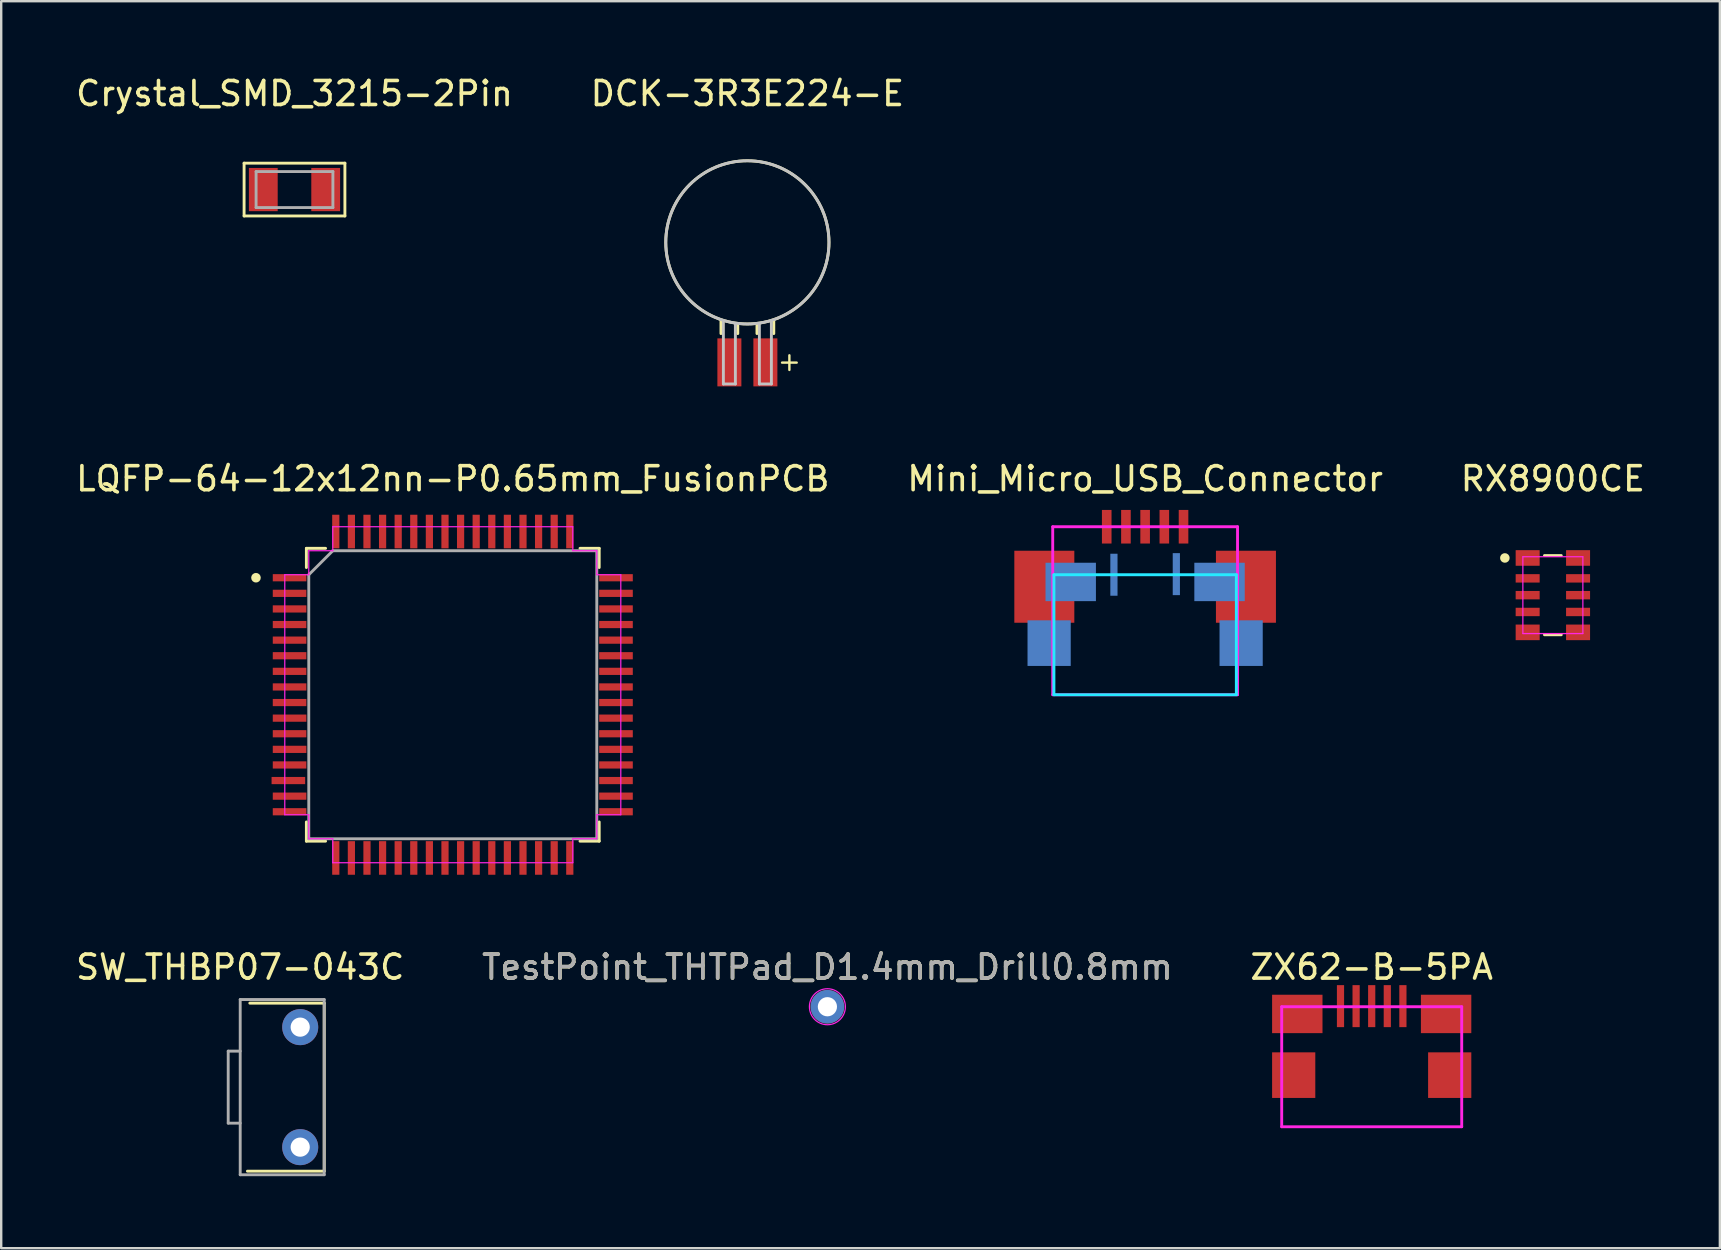
<source format=kicad_pcb>
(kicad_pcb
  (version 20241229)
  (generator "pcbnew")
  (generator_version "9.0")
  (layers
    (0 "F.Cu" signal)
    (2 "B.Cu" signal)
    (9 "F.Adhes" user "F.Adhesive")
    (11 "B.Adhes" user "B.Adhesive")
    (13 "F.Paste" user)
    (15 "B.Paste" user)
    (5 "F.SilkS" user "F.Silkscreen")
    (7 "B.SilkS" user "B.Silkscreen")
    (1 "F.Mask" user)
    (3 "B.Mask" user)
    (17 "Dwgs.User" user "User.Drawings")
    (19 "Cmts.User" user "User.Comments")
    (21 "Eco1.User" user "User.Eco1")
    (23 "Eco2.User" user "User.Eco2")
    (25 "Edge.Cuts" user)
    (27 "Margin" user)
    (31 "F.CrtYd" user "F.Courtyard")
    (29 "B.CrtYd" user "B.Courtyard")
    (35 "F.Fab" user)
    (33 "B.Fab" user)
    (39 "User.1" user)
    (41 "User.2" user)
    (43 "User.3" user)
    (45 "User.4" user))
  (footprint "LQFP-64-12x12nn-P0.65mm_FusionPCB"
    (layer "F.Cu")
    (at 15.815 25.896)
    (property "Reference" "LQFP-64-12x12nn-P0.65mm_FusionPCB" (at 0 -9 0) (layer "F.SilkS") (effects (font (size 1 1) (thickness 0.15))))
    (attr through_hole)
    (fp_line (start -6.1 -6.1) (end -6.1 -5.3) (stroke (width 0.12) (type solid)) (layer "F.SilkS"))
    (fp_line (start -6.1 5.3) (end -6.1 6.1) (stroke (width 0.12) (type solid)) (layer "F.SilkS"))
    (fp_line (start -6.1 6.1) (end -5.3 6.1) (stroke (width 0.12) (type solid)) (layer "F.SilkS"))
    (fp_line (start -5.3 -6.1) (end -6.1 -6.1) (stroke (width 0.12) (type solid)) (layer "F.SilkS"))
    (fp_line (start 5.3 6.1) (end 6.1 6.1) (stroke (width 0.12) (type solid)) (layer "F.SilkS"))
    (fp_line (start 6.1 -6.1) (end 5.3 -6.1) (stroke (width 0.12) (type solid)) (layer "F.SilkS"))
    (fp_line (start 6.1 -5.3) (end 6.1 -6.1) (stroke (width 0.12) (type solid)) (layer "F.SilkS"))
    (fp_line (start 6.1 6.1) (end 6.1 5.3) (stroke (width 0.12) (type solid)) (layer "F.SilkS"))
    (fp_circle (center -8.2 -4.875) (end -8.1 -4.875) (stroke (width 0.2) (type solid)) (fill no) (layer "F.SilkS"))
    (fp_line (start -7 -5) (end -7 5) (stroke (width 0.05) (type solid)) (layer "F.CrtYd"))
    (fp_line (start -7 5) (end -6 5) (stroke (width 0.05) (type solid)) (layer "F.CrtYd"))
    (fp_line (start -6 -6) (end -6 -5) (stroke (width 0.05) (type solid)) (layer "F.CrtYd"))
    (fp_line (start -6 -5) (end -7 -5) (stroke (width 0.05) (type solid)) (layer "F.CrtYd"))
    (fp_line (start -6 5) (end -6 6) (stroke (width 0.05) (type solid)) (layer "F.CrtYd"))
    (fp_line (start -6 6) (end -5 6) (stroke (width 0.05) (type solid)) (layer "F.CrtYd"))
    (fp_line (start -5 -7) (end -5 -6) (stroke (width 0.05) (type solid)) (layer "F.CrtYd"))
    (fp_line (start -5 -6) (end -6 -6) (stroke (width 0.05) (type solid)) (layer "F.CrtYd"))
    (fp_line (start -5 6) (end -5 7) (stroke (width 0.05) (type solid)) (layer "F.CrtYd"))
    (fp_line (start -5 7) (end 5 7) (stroke (width 0.05) (type solid)) (layer "F.CrtYd"))
    (fp_line (start 5 -7) (end -5 -7) (stroke (width 0.05) (type solid)) (layer "F.CrtYd"))
    (fp_line (start 5 -6) (end 5 -7) (stroke (width 0.05) (type solid)) (layer "F.CrtYd"))
    (fp_line (start 5 6) (end 6 6) (stroke (width 0.05) (type solid)) (layer "F.CrtYd"))
    (fp_line (start 5 7) (end 5 6) (stroke (width 0.05) (type solid)) (layer "F.CrtYd"))
    (fp_line (start 6 -6) (end 5 -6) (stroke (width 0.05) (type solid)) (layer "F.CrtYd"))
    (fp_line (start 6 -5) (end 6 -6) (stroke (width 0.05) (type solid)) (layer "F.CrtYd"))
    (fp_line (start 6 5) (end 7 5) (stroke (width 0.05) (type solid)) (layer "F.CrtYd"))
    (fp_line (start 6 6) (end 6 5) (stroke (width 0.05) (type solid)) (layer "F.CrtYd"))
    (fp_line (start 7 -5) (end 6 -5) (stroke (width 0.05) (type solid)) (layer "F.CrtYd"))
    (fp_line (start 7 5) (end 7 -5) (stroke (width 0.05) (type solid)) (layer "F.CrtYd"))
    (fp_line (start -6 -5) (end -6 6) (stroke (width 0.12) (type solid)) (layer "F.Fab"))
    (fp_line (start -6 6) (end 6 6) (stroke (width 0.12) (type solid)) (layer "F.Fab"))
    (fp_line (start -5 -6) (end -6 -5) (stroke (width 0.12) (type solid)) (layer "F.Fab"))
    (fp_line (start 6 -6) (end -5 -6) (stroke (width 0.12) (type solid)) (layer "F.Fab"))
    (fp_line (start 6 6) (end 6 -6) (stroke (width 0.12) (type solid)) (layer "F.Fab"))
    (pad "1" smd rect (at -6.8 -4.875) (size 1.4 0.3) (layers "F.Cu" "F.Mask" "F.Paste"))
    (pad "2" smd rect (at -6.8 -4.225) (size 1.4 0.3) (layers "F.Cu" "F.Mask" "F.Paste"))
    (pad "3" smd rect (at -6.8 -3.575) (size 1.4 0.3) (layers "F.Cu" "F.Mask" "F.Paste"))
    (pad "4" smd rect (at -6.8 -2.925) (size 1.4 0.3) (layers "F.Cu" "F.Mask" "F.Paste"))
    (pad "5" smd rect (at -6.8 -2.275) (size 1.4 0.3) (layers "F.Cu" "F.Mask" "F.Paste"))
    (pad "6" smd rect (at -6.8 -1.625) (size 1.4 0.3) (layers "F.Cu" "F.Mask" "F.Paste"))
    (pad "7" smd rect (at -6.8 -0.975) (size 1.4 0.3) (layers "F.Cu" "F.Mask" "F.Paste"))
    (pad "8" smd rect (at -6.8 -0.325) (size 1.4 0.3) (layers "F.Cu" "F.Mask" "F.Paste"))
    (pad "9" smd rect (at -6.8 0.325) (size 1.4 0.3) (layers "F.Cu" "F.Mask" "F.Paste"))
    (pad "10" smd rect (at -6.8 0.975) (size 1.4 0.3) (layers "F.Cu" "F.Mask" "F.Paste"))
    (pad "11" smd rect (at -6.8 1.625) (size 1.4 0.3) (layers "F.Cu" "F.Mask" "F.Paste"))
    (pad "12" smd rect (at -6.8 2.275) (size 1.4 0.3) (layers "F.Cu" "F.Mask" "F.Paste"))
    (pad "13" smd rect (at -6.8 2.925) (size 1.4 0.3) (layers "F.Cu" "F.Mask" "F.Paste"))
    (pad "14" smd rect (at -6.85 3.575) (size 1.4 0.3) (layers "F.Cu" "F.Mask" "F.Paste"))
    (pad "15" smd rect (at -6.8 4.225) (size 1.4 0.3) (layers "F.Cu" "F.Mask" "F.Paste"))
    (pad "16" smd rect (at -6.8 4.875) (size 1.4 0.3) (layers "F.Cu" "F.Mask" "F.Paste"))
    (pad "17" smd rect (at -4.875 6.8) (size 0.3 1.4) (layers "F.Cu" "F.Mask" "F.Paste"))
    (pad "18" smd rect (at -4.225 6.8) (size 0.3 1.4) (layers "F.Cu" "F.Mask" "F.Paste"))
    (pad "19" smd rect (at -3.575 6.8) (size 0.3 1.4) (layers "F.Cu" "F.Mask" "F.Paste"))
    (pad "20" smd rect (at -2.925 6.8) (size 0.3 1.4) (layers "F.Cu" "F.Mask" "F.Paste"))
    (pad "21" smd rect (at -2.275 6.8) (size 0.3 1.4) (layers "F.Cu" "F.Mask" "F.Paste"))
    (pad "22" smd rect (at -1.625 6.8) (size 0.3 1.4) (layers "F.Cu" "F.Mask" "F.Paste"))
    (pad "23" smd rect (at -0.975 6.8) (size 0.3 1.4) (layers "F.Cu" "F.Mask" "F.Paste"))
    (pad "24" smd rect (at -0.325 6.8) (size 0.3 1.4) (layers "F.Cu" "F.Mask" "F.Paste"))
    (pad "25" smd rect (at 0.325 6.8) (size 0.3 1.4) (layers "F.Cu" "F.Mask" "F.Paste"))
    (pad "26" smd rect (at 0.975 6.8) (size 0.3 1.4) (layers "F.Cu" "F.Mask" "F.Paste"))
    (pad "27" smd rect (at 1.625 6.8) (size 0.3 1.4) (layers "F.Cu" "F.Mask" "F.Paste"))
    (pad "28" smd rect (at 2.275 6.8) (size 0.3 1.4) (layers "F.Cu" "F.Mask" "F.Paste"))
    (pad "29" smd rect (at 2.925 6.8) (size 0.3 1.4) (layers "F.Cu" "F.Mask" "F.Paste"))
    (pad "30" smd rect (at 3.575 6.8) (size 0.3 1.4) (layers "F.Cu" "F.Mask" "F.Paste"))
    (pad "31" smd rect (at 4.225 6.8) (size 0.3 1.4) (layers "F.Cu" "F.Mask" "F.Paste"))
    (pad "32" smd rect (at 4.875 6.8) (size 0.3 1.4) (layers "F.Cu" "F.Mask" "F.Paste"))
    (pad "33" smd rect (at 6.8 4.875) (size 1.4 0.3) (layers "F.Cu" "F.Mask" "F.Paste"))
    (pad "34" smd rect (at 6.8 4.225) (size 1.4 0.3) (layers "F.Cu" "F.Mask" "F.Paste"))
    (pad "35" smd rect (at 6.8 3.575) (size 1.4 0.3) (layers "F.Cu" "F.Mask" "F.Paste"))
    (pad "36" smd rect (at 6.8 2.925) (size 1.4 0.3) (layers "F.Cu" "F.Mask" "F.Paste"))
    (pad "37" smd rect (at 6.8 2.275) (size 1.4 0.3) (layers "F.Cu" "F.Mask" "F.Paste"))
    (pad "38" smd rect (at 6.8 1.625) (size 1.4 0.3) (layers "F.Cu" "F.Mask" "F.Paste"))
    (pad "39" smd rect (at 6.8 0.975) (size 1.4 0.3) (layers "F.Cu" "F.Mask" "F.Paste"))
    (pad "40" smd rect (at 6.8 0.325) (size 1.4 0.3) (layers "F.Cu" "F.Mask" "F.Paste"))
    (pad "41" smd rect (at 6.8 -0.325) (size 1.4 0.3) (layers "F.Cu" "F.Mask" "F.Paste"))
    (pad "42" smd rect (at 6.8 -0.975) (size 1.4 0.3) (layers "F.Cu" "F.Mask" "F.Paste"))
    (pad "43" smd rect (at 6.8 -1.625) (size 1.4 0.3) (layers "F.Cu" "F.Mask" "F.Paste"))
    (pad "44" smd rect (at 6.8 -2.275) (size 1.4 0.3) (layers "F.Cu" "F.Mask" "F.Paste"))
    (pad "45" smd rect (at 6.8 -2.925) (size 1.4 0.3) (layers "F.Cu" "F.Mask" "F.Paste"))
    (pad "46" smd rect (at 6.8 -3.575) (size 1.4 0.3) (layers "F.Cu" "F.Mask" "F.Paste"))
    (pad "47" smd rect (at 6.8 -4.225) (size 1.4 0.3) (layers "F.Cu" "F.Mask" "F.Paste"))
    (pad "48" smd rect (at 6.8 -4.875) (size 1.4 0.3) (layers "F.Cu" "F.Mask" "F.Paste"))
    (pad "49" smd rect (at 4.875 -6.8) (size 0.3 1.4) (layers "F.Cu" "F.Mask" "F.Paste"))
    (pad "50" smd rect (at 4.225 -6.8) (size 0.3 1.4) (layers "F.Cu" "F.Mask" "F.Paste"))
    (pad "51" smd rect (at 3.575 -6.8) (size 0.3 1.4) (layers "F.Cu" "F.Mask" "F.Paste"))
    (pad "52" smd rect (at 2.925 -6.8) (size 0.3 1.4) (layers "F.Cu" "F.Mask" "F.Paste"))
    (pad "53" smd rect (at 2.275 -6.8) (size 0.3 1.4) (layers "F.Cu" "F.Mask" "F.Paste"))
    (pad "54" smd rect (at 1.625 -6.8) (size 0.3 1.4) (layers "F.Cu" "F.Mask" "F.Paste"))
    (pad "55" smd rect (at 0.975 -6.8) (size 0.3 1.4) (layers "F.Cu" "F.Mask" "F.Paste"))
    (pad "56" smd rect (at 0.325 -6.8) (size 0.3 1.4) (layers "F.Cu" "F.Mask" "F.Paste"))
    (pad "57" smd rect (at -0.325 -6.8) (size 0.3 1.4) (layers "F.Cu" "F.Mask" "F.Paste"))
    (pad "58" smd rect (at -0.975 -6.8) (size 0.3 1.4) (layers "F.Cu" "F.Mask" "F.Paste"))
    (pad "59" smd rect (at -1.625 -6.8) (size 0.3 1.4) (layers "F.Cu" "F.Mask" "F.Paste"))
    (pad "60" smd rect (at -2.275 -6.8) (size 0.3 1.4) (layers "F.Cu" "F.Mask" "F.Paste"))
    (pad "61" smd rect (at -2.925 -6.8) (size 0.3 1.4) (layers "F.Cu" "F.Mask" "F.Paste"))
    (pad "62" smd rect (at -3.575 -6.8) (size 0.3 1.4) (layers "F.Cu" "F.Mask" "F.Paste"))
    (pad "63" smd rect (at -4.225 -6.8) (size 0.3 1.4) (layers "F.Cu" "F.Mask" "F.Paste"))
    (pad "64" smd rect (at -4.875 -6.8) (size 0.3 1.4) (layers "F.Cu" "F.Mask" "F.Paste")))
  (footprint "Crystal_SMD_3215-2Pin"
    (layer "F.Cu")
    (at 9.22 4.848)
    (property "Reference" "Crystal_SMD_3215-2Pin" (at 0 -4 0) (layer "F.SilkS") (effects (font (size 1 1) (thickness 0.15))))
    (attr through_hole)
    (fp_line (start -2.1 -1.1) (end 2.1 -1.1) (stroke (width 0.12) (type solid)) (layer "F.SilkS"))
    (fp_line (start -2.1 1.1) (end -2.1 -1.1) (stroke (width 0.12) (type solid)) (layer "F.SilkS"))
    (fp_line (start 2.1 -1.1) (end 2.1 1.1) (stroke (width 0.12) (type solid)) (layer "F.SilkS"))
    (fp_line (start 2.1 1.1) (end -2.1 1.1) (stroke (width 0.12) (type solid)) (layer "F.SilkS"))
    (fp_line (start -1.6 -0.75) (end 1.6 -0.75) (stroke (width 0.12) (type solid)) (layer "F.Fab"))
    (fp_line (start -1.6 0.75) (end -1.6 -0.75) (stroke (width 0.12) (type solid)) (layer "F.Fab"))
    (fp_line (start 1.6 -0.75) (end 1.6 0.75) (stroke (width 0.12) (type solid)) (layer "F.Fab"))
    (fp_line (start 1.6 0.75) (end -1.6 0.75) (stroke (width 0.12) (type solid)) (layer "F.Fab"))
    (pad "1" smd rect (at -1.3 0) (size 1.2 1.8) (layers "F.Cu" "F.Mask" "F.Paste"))
    (pad "2" smd rect (at 1.3 0) (size 1.2 1.8) (layers "F.Cu" "F.Mask" "F.Paste")))
  (footprint "Mini_Micro_USB_Connector"
    (layer "F.Cu")
    (at 44.661 25.896)
    (property "Reference" "Mini_Micro_USB_Connector" (at 0 -9 0) (layer "F.SilkS") (effects (font (size 1 1) (thickness 0.15))))
    (attr through_hole)
    (fp_line (start -3.8 -5) (end -3.8 0) (stroke (width 0.12) (type solid)) (layer "B.CrtYd"))
    (fp_line (start -3.8 0) (end 3.8 0) (stroke (width 0.12) (type solid)) (layer "B.CrtYd"))
    (fp_line (start 3.8 -5) (end -3.8 -5) (stroke (width 0.12) (type solid)) (layer "B.CrtYd"))
    (fp_line (start 3.8 0) (end 3.8 -5) (stroke (width 0.12) (type solid)) (layer "B.CrtYd"))
    (fp_line (start -3.85 -7) (end 3.85 -7) (stroke (width 0.12) (type solid)) (layer "F.CrtYd"))
    (fp_line (start -3.85 0) (end -3.85 -7) (stroke (width 0.12) (type solid)) (layer "F.CrtYd"))
    (fp_line (start 3.85 -7) (end 3.85 0) (stroke (width 0.12) (type solid)) (layer "F.CrtYd"))
    (fp_line (start 3.85 0) (end -3.85 0) (stroke (width 0.12) (type solid)) (layer "F.CrtYd"))
    (pad "1" smd rect (at -1.6 -7) (size 0.4 1.4) (layers "F.Cu" "F.Mask" "F.Paste"))
    (pad "1" smd rect (at 1.3 -5.025 180) (size 0.3 1.75) (layers "B.Cu" "B.Mask" "B.Paste"))
    (pad "2" smd rect (at -0.8 -7) (size 0.4 1.4) (layers "F.Cu" "F.Mask" "F.Paste"))
    (pad "3" smd rect (at 0 -7) (size 0.4 1.4) (layers "F.Cu" "F.Mask" "F.Paste"))
    (pad "4" smd rect (at 0.8 -7) (size 0.4 1.4) (layers "F.Cu" "F.Mask" "F.Paste"))
    (pad "5" smd rect (at -1.3 -5 180) (size 0.3 1.75) (layers "B.Cu" "B.Mask" "B.Paste"))
    (pad "5" smd rect (at 1.6 -7) (size 0.4 1.4) (layers "F.Cu" "F.Mask" "F.Paste"))
    (pad "6" smd rect (at -4.2 -4.5 180) (size 2.5 3) (layers "F.Cu" "F.Mask" "F.Paste"))
    (pad "6" smd rect (at -4 -2.15 180) (size 1.8 1.9) (layers "B.Cu" "B.Mask" "B.Paste"))
    (pad "6" smd rect (at -3.1 -4.7 180) (size 2.1 1.6) (layers "B.Cu" "B.Mask" "B.Paste"))
    (pad "6" smd rect (at 3.1 -4.7 180) (size 2.1 1.6) (layers "B.Cu" "B.Mask" "B.Paste"))
    (pad "6" smd rect (at 4 -2.15 180) (size 1.8 1.9) (layers "B.Cu" "B.Mask" "B.Paste"))
    (pad "6" smd rect (at 4.2 -4.5 180) (size 2.5 3) (layers "F.Cu" "F.Mask" "F.Paste")))
  (footprint "RX8900CE"
    (layer "F.Cu")
    (at 61.649 21.747)
    (property "Reference" "RX8900CE" (at 0 -4.85 0) (layer "F.SilkS") (effects (font (size 1 1) (thickness 0.15))))
    (attr through_hole)
    (fp_line (start -0.35 -1.65) (end 0.35 -1.65) (stroke (width 0.12) (type solid)) (layer "F.SilkS"))
    (fp_line (start -0.35 1.65) (end 0.35 1.65) (stroke (width 0.12) (type solid)) (layer "F.SilkS"))
    (fp_circle (center -2 -1.55) (end -1.9 -1.55) (stroke (width 0.2) (type solid)) (fill no) (layer "F.SilkS"))
    (fp_line (start -1.25 -1.6) (end 1.25 -1.6) (stroke (width 0.05) (type solid)) (layer "F.CrtYd"))
    (fp_line (start -1.25 1.6) (end -1.25 -1.6) (stroke (width 0.05) (type solid)) (layer "F.CrtYd"))
    (fp_line (start 1.25 -1.6) (end 1.25 1.6) (stroke (width 0.05) (type solid)) (layer "F.CrtYd"))
    (fp_line (start 1.25 1.6) (end -1.25 1.6) (stroke (width 0.05) (type solid)) (layer "F.CrtYd"))
    (pad "1" smd rect (at -1.05 -1.55) (size 1 0.65) (layers "F.Cu" "F.Mask" "F.Paste"))
    (pad "2" smd rect (at -1.05 -0.7) (size 1 0.35) (layers "F.Cu" "F.Mask" "F.Paste"))
    (pad "3" smd rect (at -1.05 0) (size 1 0.35) (layers "F.Cu" "F.Mask" "F.Paste"))
    (pad "4" smd rect (at -1.05 0.7) (size 1 0.35) (layers "F.Cu" "F.Mask" "F.Paste"))
    (pad "5" smd rect (at -1.05 1.55) (size 1 0.65) (layers "F.Cu" "F.Mask" "F.Paste"))
    (pad "6" smd rect (at 1.05 1.55) (size 1 0.65) (layers "F.Cu" "F.Mask" "F.Paste"))
    (pad "7" smd rect (at 1.05 0.7) (size 1 0.35) (layers "F.Cu" "F.Mask" "F.Paste"))
    (pad "8" smd rect (at 1.05 0) (size 1 0.35) (layers "F.Cu" "F.Mask" "F.Paste"))
    (pad "9" smd rect (at 1.05 -0.7) (size 1 0.35) (layers "F.Cu" "F.Mask" "F.Paste"))
    (pad "10" smd rect (at 1.05 -1.55) (size 1 0.65) (layers "F.Cu" "F.Mask" "F.Paste")))
  (footprint "TestPoint_THTPad_D1.4mm_Drill0.8mm"
    (layer "F.Cu")
    (at 31.423 38.895)
    (property "Reference" "TestPoint_THTPad_D1.4mm_Drill0.8mm" (at 0 -1.648 0) (layer "F.SilkS") (effects (font (size 1 1) (thickness 0.15))))
    (attr exclude_from_pos_files exclude_from_bom)
    (fp_circle (center 0 0) (end 0.75 0) (stroke (width 0.05) (type solid)) (fill no) (layer "F.CrtYd"))
    (fp_text user "${REFERENCE}" (at 0 -1.65 0) (layer "F.Fab") (effects (font (size 1 1) (thickness 0.15))))
    (pad "1" thru_hole circle (at 0 0) (size 1.4 1.4) (drill 0.8) (layers "*.Cu" "*.Mask")))
  (footprint "ZX62-B-5PA"
    (layer "F.Cu")
    (at 54.101 41.745)
    (property "Reference" "ZX62-B-5PA" (at 0 -4.5 0) (layer "F.SilkS") (effects (font (size 1 1) (thickness 0.15))))
    (attr through_hole)
    (fp_line (start -3.75 -2.85) (end 3.75 -2.85) (stroke (width 0.12) (type solid)) (layer "F.CrtYd"))
    (fp_line (start -3.75 2.15) (end -3.75 -2.85) (stroke (width 0.12) (type solid)) (layer "F.CrtYd"))
    (fp_line (start 3.75 -2.85) (end 3.75 2.15) (stroke (width 0.12) (type solid)) (layer "F.CrtYd"))
    (fp_line (start 3.75 2.15) (end -3.75 2.15) (stroke (width 0.12) (type solid)) (layer "F.CrtYd"))
    (pad "1" smd rect (at -1.3 -2.875) (size 0.3 1.75) (layers "F.Cu" "F.Mask" "F.Paste"))
    (pad "2" smd rect (at -0.65 -2.875) (size 0.3 1.75) (layers "F.Cu" "F.Mask" "F.Paste"))
    (pad "3" smd rect (at 0 -2.875) (size 0.3 1.75) (layers "F.Cu" "F.Mask" "F.Paste"))
    (pad "4" smd rect (at 0.65 -2.875) (size 0.3 1.75) (layers "F.Cu" "F.Mask" "F.Paste"))
    (pad "5" smd rect (at 1.3 -2.875) (size 0.3 1.75) (layers "F.Cu" "F.Mask" "F.Paste"))
    (pad "6" smd rect (at -3.25 0) (size 1.8 1.9) (layers "F.Cu" "F.Mask" "F.Paste"))
    (pad "6" smd rect (at -3.1 -2.55) (size 2.1 1.6) (layers "F.Cu" "F.Mask" "F.Paste"))
    (pad "6" smd rect (at 3.1 -2.55) (size 2.1 1.6) (layers "F.Cu" "F.Mask" "F.Paste"))
    (pad "6" smd rect (at 3.25 0) (size 1.8 1.9) (layers "F.Cu" "F.Mask" "F.Paste")))
  (footprint "SW_THBP07-043C"
    (layer "F.Cu")
    (at 6.958 42.245)
    (property "Reference" "SW_THBP07-043C" (at 0 -5 0) (layer "F.SilkS") (effects (font (size 1 1) (thickness 0.15))))
    (attr through_hole)
    (fp_line (start 0.4 -3.5) (end 3.5 -3.5) (stroke (width 0.12) (type solid)) (layer "F.SilkS"))
    (fp_line (start 3.5 -3.5) (end 3.5 3.5) (stroke (width 0.12) (type solid)) (layer "F.SilkS"))
    (fp_line (start 3.5 3.5) (end 0.3 3.5) (stroke (width 0.12) (type solid)) (layer "F.SilkS"))
    (fp_line (start -0.5 -1.5) (end -0.5 1.5) (stroke (width 0.12) (type solid)) (layer "F.Fab"))
    (fp_line (start -0.5 -1.5) (end 0 -1.5) (stroke (width 0.12) (type solid)) (layer "F.Fab"))
    (fp_line (start -0.5 1.5) (end 0 1.5) (stroke (width 0.12) (type solid)) (layer "F.Fab"))
    (fp_line (start 0 -3.65) (end 3.5 -3.65) (stroke (width 0.12) (type solid)) (layer "F.Fab"))
    (fp_line (start 0 3.65) (end 0 -3.65) (stroke (width 0.12) (type solid)) (layer "F.Fab"))
    (fp_line (start 0 3.65) (end 3.5 3.65) (stroke (width 0.12) (type solid)) (layer "F.Fab"))
    (fp_line (start 3.5 -3.65) (end 3.5 3.65) (stroke (width 0.12) (type solid)) (layer "F.Fab"))
    (pad "1" thru_hole circle (at 2.5 2.5) (size 1.5 1.5) (drill 0.8) (layers "*.Cu" "*.Mask"))
    (pad "2" thru_hole circle (at 2.5 -2.5) (size 1.5 1.5) (drill 0.8) (layers "*.Cu" "*.Mask")))
  (footprint "DCK-3R3E224-E"
    (layer "F.Cu")
    (at 28.089 7.048)
    (property "Reference" "DCK-3R3E224-E" (at 0 -6.2 0) (layer "F.SilkS") (effects (font (size 1 1) (thickness 0.15))))
    (attr through_hole)
    (fp_line (start -1.1 3.8) (end -1.1 3.25) (stroke (width 0.12) (type solid)) (layer "F.SilkS"))
    (fp_line (start -0.4 3.8) (end -0.4 3.4) (stroke (width 0.12) (type solid)) (layer "F.SilkS"))
    (fp_line (start 0.4 3.8) (end 0.4 3.4) (stroke (width 0.12) (type solid)) (layer "F.SilkS"))
    (fp_line (start 1.1 3.8) (end 1.1 3.25) (stroke (width 0.12) (type solid)) (layer "F.SilkS"))
    (fp_circle (center 0 0) (end 0 3.4) (stroke (width 0.12) (type solid)) (fill no) (layer "F.SilkS"))
    (fp_line (start -1 5.9) (end -1 3.3) (stroke (width 0.12) (type solid)) (layer "Dwgs.User"))
    (fp_line (start -1 5.9) (end -0.5 5.9) (stroke (width 0.12) (type solid)) (layer "Dwgs.User"))
    (fp_line (start -0.5 5.9) (end -0.5 3.4) (stroke (width 0.12) (type solid)) (layer "Dwgs.User"))
    (fp_line (start 0.5 5.9) (end 0.5 3.4) (stroke (width 0.12) (type solid)) (layer "Dwgs.User"))
    (fp_line (start 1 5.9) (end 0.5 5.9) (stroke (width 0.12) (type solid)) (layer "Dwgs.User"))
    (fp_line (start 1 5.9) (end 1 3.3) (stroke (width 0.12) (type solid)) (layer "Dwgs.User"))
    (fp_circle (center 0 0) (end 0 3.4) (stroke (width 0.12) (type solid)) (fill no) (layer "Dwgs.User"))
    (fp_text user "+" (at 1.75 4.95 0) (layer "F.SilkS") (effects (font (size 0.8 0.8) (thickness 0.1))))
    (pad "1" smd rect (at 0.75 5 180) (size 1 2) (layers "F.Cu" "F.Mask" "F.Paste"))
    (pad "2" smd rect (at -0.75 5 180) (size 1 2) (layers "F.Cu" "F.Mask" "F.Paste")))
  (gr_rect
    (start -3 -3)
    (end 68.607 48.955)
    (stroke (width 0.1) (type default))
    (fill no)
    (layer "Edge.Cuts")))
</source>
